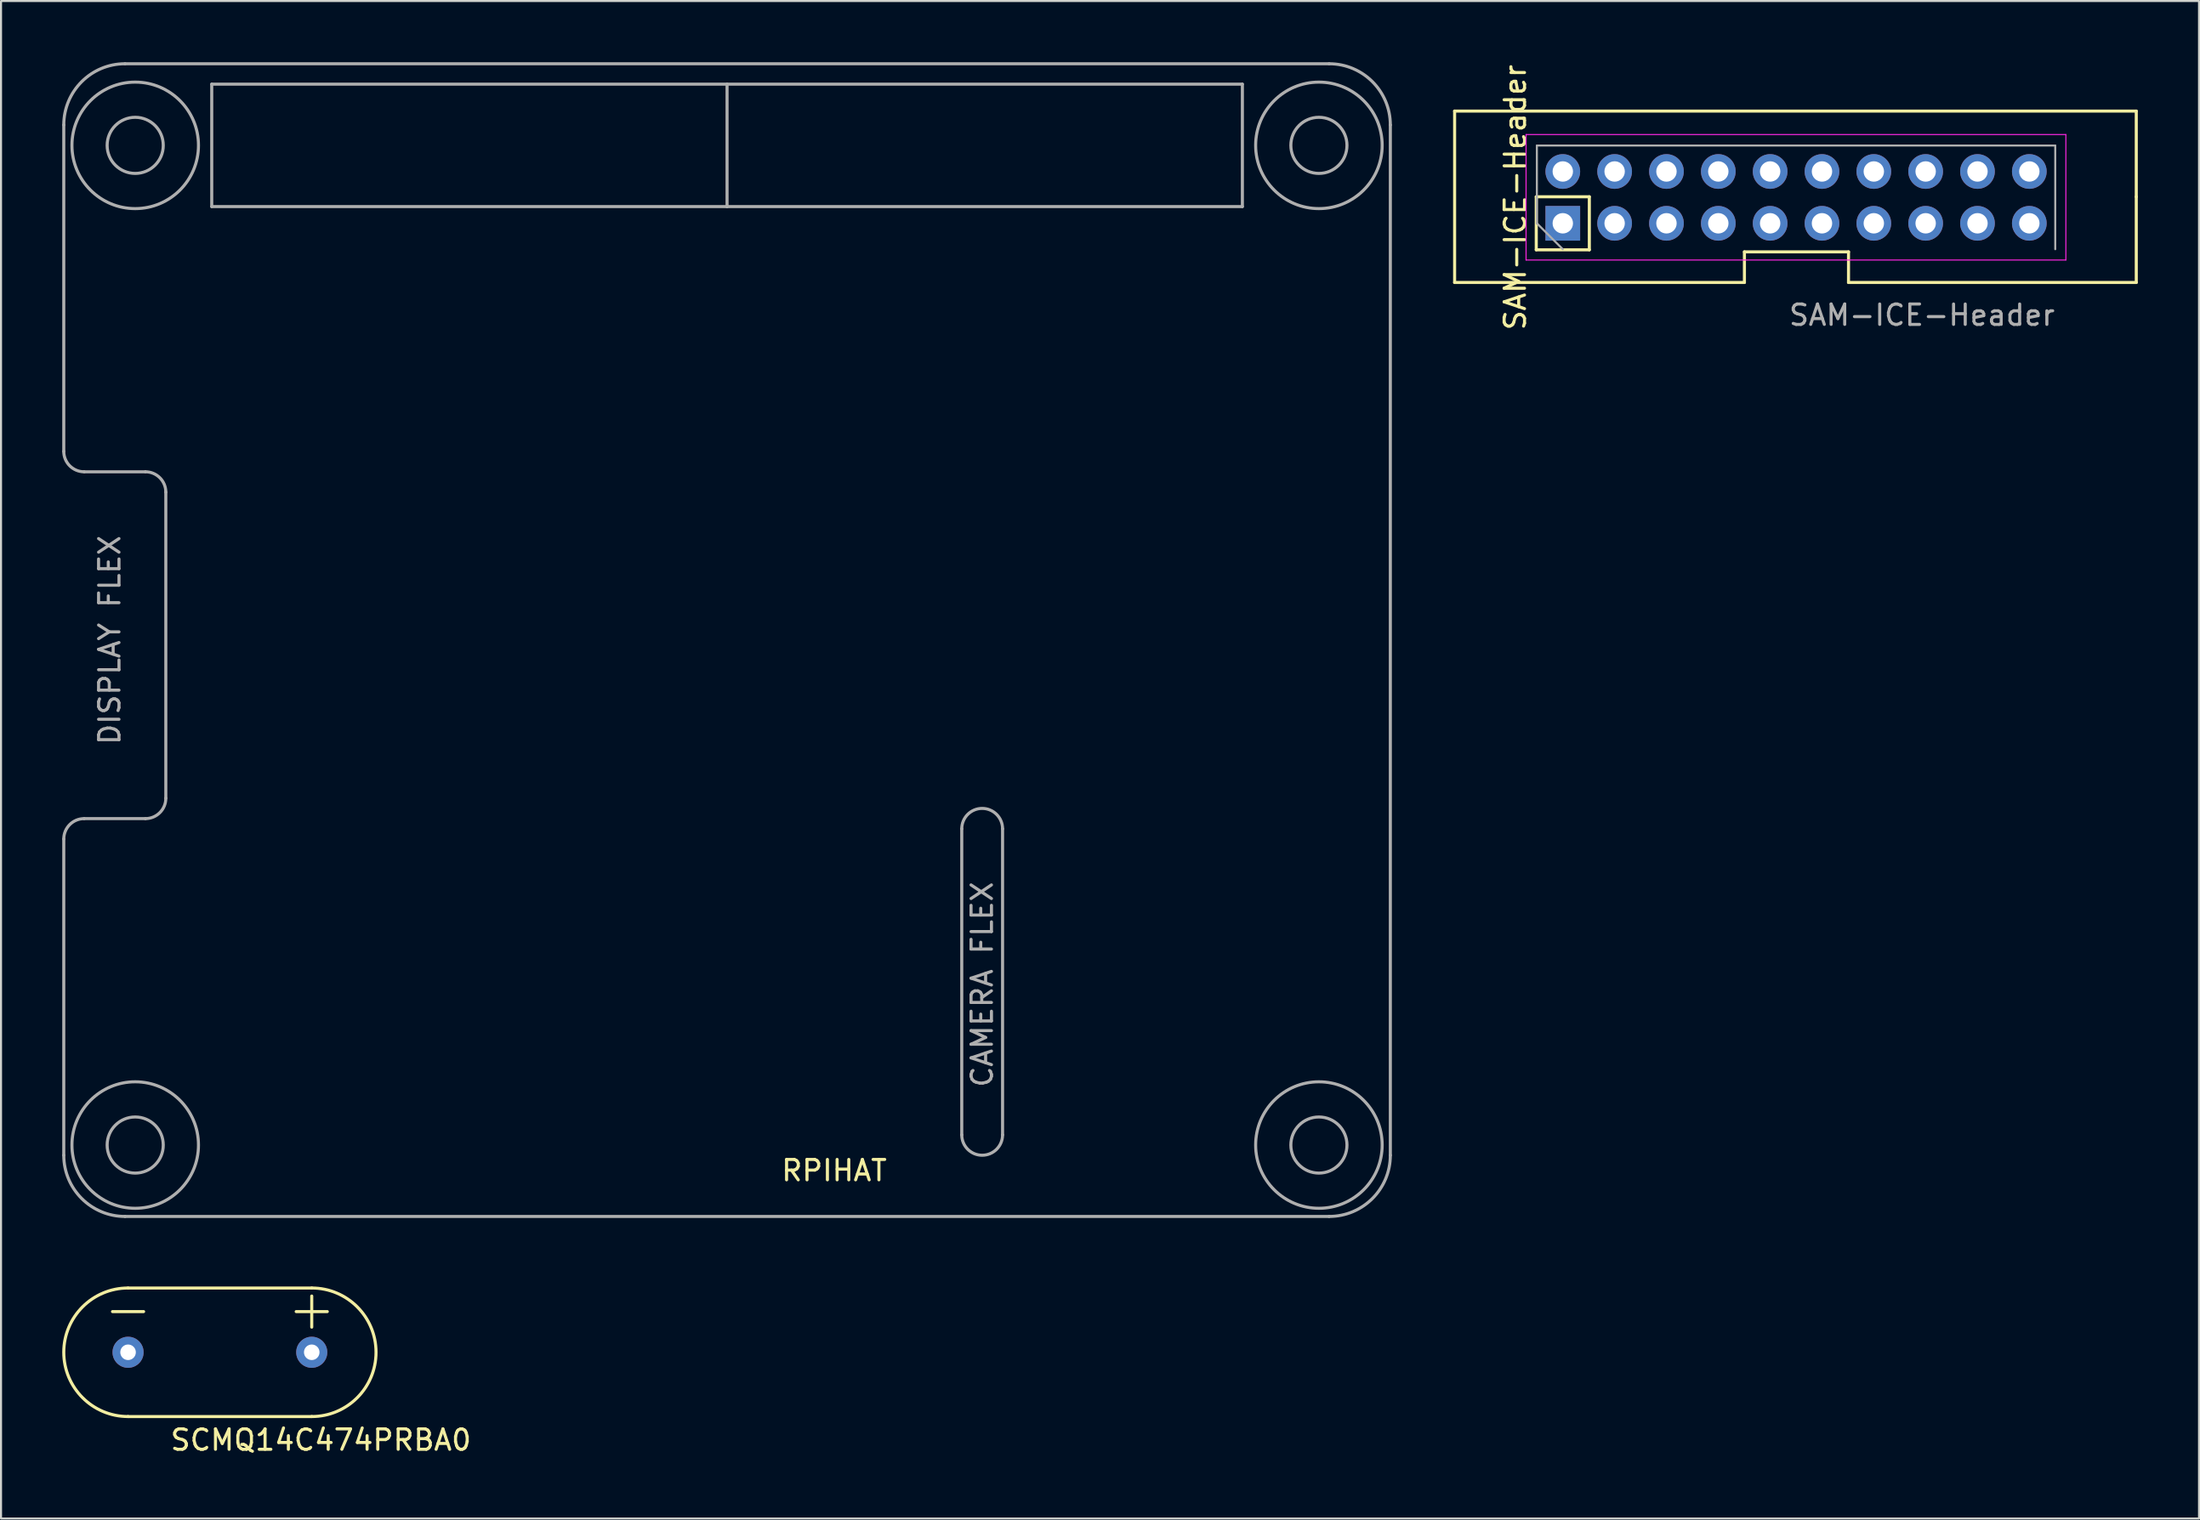
<source format=kicad_pcb>
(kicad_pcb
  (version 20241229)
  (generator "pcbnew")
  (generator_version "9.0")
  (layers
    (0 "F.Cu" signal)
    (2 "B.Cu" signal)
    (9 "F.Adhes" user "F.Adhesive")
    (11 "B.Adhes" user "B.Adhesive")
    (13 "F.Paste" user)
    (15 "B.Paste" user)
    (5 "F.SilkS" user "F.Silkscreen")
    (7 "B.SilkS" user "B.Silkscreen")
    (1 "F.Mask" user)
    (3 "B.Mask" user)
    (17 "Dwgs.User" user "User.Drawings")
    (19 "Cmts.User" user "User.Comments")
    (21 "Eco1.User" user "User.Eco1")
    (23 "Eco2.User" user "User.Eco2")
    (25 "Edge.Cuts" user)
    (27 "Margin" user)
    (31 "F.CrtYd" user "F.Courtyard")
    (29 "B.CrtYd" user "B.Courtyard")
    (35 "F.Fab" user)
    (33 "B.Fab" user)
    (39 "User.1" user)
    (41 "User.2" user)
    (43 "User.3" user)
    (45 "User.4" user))
  (footprint "RPIHAT"
    (layer "F.Cu")
    (at 32.575 28.325)
    (property "Reference" "RPIHAT" (at 5.25 26 0) (layer "F.SilkS") (effects (font (size 1 1) (thickness 0.15))))
    (attr through_hole)
    (fp_line (start -32.5 -9.25) (end -32.5 -25.25) (stroke (width 0.15) (type solid)) (layer "F.Fab"))
    (fp_line (start -32.5 25.25) (end -32.5 9.75) (stroke (width 0.15) (type solid)) (layer "F.Fab"))
    (fp_line (start -31.5 8.75) (end -28.5 8.75) (stroke (width 0.15) (type solid)) (layer "F.Fab"))
    (fp_line (start -28.5 -8.25) (end -31.5 -8.25) (stroke (width 0.15) (type solid)) (layer "F.Fab"))
    (fp_line (start -27.5 7.75) (end -27.5 -7.25) (stroke (width 0.15) (type solid)) (layer "F.Fab"))
    (fp_line (start -25.25 -27.25) (end 25.25 -27.25) (stroke (width 0.15) (type solid)) (layer "F.Fab"))
    (fp_line (start -25.25 -21.25) (end -25.25 -27.25) (stroke (width 0.15) (type solid)) (layer "F.Fab"))
    (fp_line (start 0 -27.25) (end 0 -21.25) (stroke (width 0.15) (type solid)) (layer "F.Fab"))
    (fp_line (start 0 -21.25) (end -25.25 -21.25) (stroke (width 0.15) (type solid)) (layer "F.Fab"))
    (fp_line (start 11.5 9.25) (end 11.5 24.25) (stroke (width 0.15) (type solid)) (layer "F.Fab"))
    (fp_line (start 13.5 9.25) (end 13.5 24.25) (stroke (width 0.15) (type solid)) (layer "F.Fab"))
    (fp_line (start 25.25 -27.25) (end 25.25 -21.25) (stroke (width 0.15) (type solid)) (layer "F.Fab"))
    (fp_line (start 25.25 -21.25) (end 0 -21.25) (stroke (width 0.15) (type solid)) (layer "F.Fab"))
    (fp_line (start 29.5 -28.25) (end -29.5 -28.25) (stroke (width 0.15) (type solid)) (layer "F.Fab"))
    (fp_line (start 29.5 28.25) (end -29.5 28.25) (stroke (width 0.15) (type solid)) (layer "F.Fab"))
    (fp_line (start 32.5 25.25) (end 32.5 -25.25) (stroke (width 0.15) (type solid)) (layer "F.Fab"))
    (fp_arc (start -32.5 -25.25) (mid -31.62132 -27.37132) (end -29.5 -28.25) (stroke (width 0.15) (type solid)) (layer "F.Fab"))
    (fp_arc (start -32.5 9.75) (mid -32.207107 9.042893) (end -31.5 8.75) (stroke (width 0.15) (type solid)) (layer "F.Fab"))
    (fp_arc (start -31.5 -8.25) (mid -32.207107 -8.542893) (end -32.5 -9.25) (stroke (width 0.15) (type solid)) (layer "F.Fab"))
    (fp_arc (start -29.5 28.25) (mid -31.62132 27.37132) (end -32.5 25.25) (stroke (width 0.15) (type solid)) (layer "F.Fab"))
    (fp_arc (start -28.5 -8.25) (mid -27.792893 -7.957107) (end -27.5 -7.25) (stroke (width 0.15) (type solid)) (layer "F.Fab"))
    (fp_arc (start -27.5 7.75) (mid -27.792893 8.457107) (end -28.5 8.75) (stroke (width 0.15) (type solid)) (layer "F.Fab"))
    (fp_arc (start 11.5 9.25) (mid 12.5 8.25) (end 13.5 9.25) (stroke (width 0.15) (type solid)) (layer "F.Fab"))
    (fp_arc (start 13.5 24.25) (mid 12.5 25.25) (end 11.5 24.25) (stroke (width 0.15) (type solid)) (layer "F.Fab"))
    (fp_arc (start 29.5 -28.25) (mid 31.62132 -27.37132) (end 32.5 -25.25) (stroke (width 0.15) (type solid)) (layer "F.Fab"))
    (fp_arc (start 32.5 25.25) (mid 31.62132 27.37132) (end 29.5 28.25) (stroke (width 0.15) (type solid)) (layer "F.Fab"))
    (fp_circle (center -29 -24.25) (end -27.625 -24.25) (stroke (width 0.15) (type solid)) (fill no) (layer "F.Fab"))
    (fp_circle (center -29 -24.25) (end -25.9 -24.25) (stroke (width 0.15) (type solid)) (fill no) (layer "F.Fab"))
    (fp_circle (center -29 24.75) (end -27.625 24.75) (stroke (width 0.15) (type solid)) (fill no) (layer "F.Fab"))
    (fp_circle (center -29 24.75) (end -25.9 24.75) (stroke (width 0.15) (type solid)) (fill no) (layer "F.Fab"))
    (fp_circle (center 29 -24.25) (end 30.375 -24.25) (stroke (width 0.15) (type solid)) (fill no) (layer "F.Fab"))
    (fp_circle (center 29 -24.25) (end 32.1 -24.25) (stroke (width 0.15) (type solid)) (fill no) (layer "F.Fab"))
    (fp_circle (center 29 24.75) (end 30.375 24.75) (stroke (width 0.15) (type solid)) (fill no) (layer "F.Fab"))
    (fp_circle (center 29 24.75) (end 32.1 24.75) (stroke (width 0.15) (type solid)) (fill no) (layer "F.Fab"))
    (fp_text user "DISPLAY FLEX" (at -30.25 0 90) (layer "F.Fab") (effects (font (size 1 1) (thickness 0.15))))
    (fp_text user "CAMERA FLEX " (at 12.5 16.5 90) (layer "F.Fab") (effects (font (size 1 1) (thickness 0.15)))))
  (footprint "SCMQ14C474PRBA0"
    (layer "F.Cu")
    (at 7.725 63.233)
    (property "Reference" "SCMQ14C474PRBA0" (at 4.95 4.3 0) (layer "F.SilkS") (effects (font (size 1 1) (thickness 0.15))))
    (attr through_hole)
    (fp_line (start 4.5 -3.15) (end -4.5 -3.15) (stroke (width 0.15) (type solid)) (layer "F.SilkS"))
    (fp_line (start 4.5 3.15) (end -4.5 3.15) (stroke (width 0.15) (type solid)) (layer "F.SilkS"))
    (fp_arc (start -4.5 3.15) (mid -7.65 0) (end -4.5 -3.15) (stroke (width 0.15) (type solid)) (layer "F.SilkS"))
    (fp_arc (start 4.5 -3.15) (mid 7.65 0) (end 4.5 3.15) (stroke (width 0.15) (type solid)) (layer "F.SilkS"))
    (fp_text user "-" (at -4.5 -2.15 0) (layer "F.SilkS") (effects (font (size 2 2) (thickness 0.15))))
    (fp_text user "+" (at 4.5 -2.15 0) (layer "F.SilkS") (effects (font (size 2 2) (thickness 0.15))))
    (pad "1" thru_hole circle (at 4.5 0) (size 1.524 1.524) (drill 0.762) (layers "*.Cu" "*.Mask"))
    (pad "2" thru_hole circle (at -4.5 0) (size 1.524 1.524) (drill 0.762) (layers "*.Cu" "*.Mask")))
  (footprint "SAM-ICE-Header"
    (layer "F.Cu")
    (at 84.925 6.595)
    (property "Reference" "SAM-ICE-Header" (at -13.73 0.03 90) (layer "F.SilkS") (effects (font (size 1 1) (thickness 0.15))))
    (attr through_hole)
    (fp_line (start -16.7 -4.2) (end 16.7 -4.2) (stroke (width 0.15) (type solid)) (layer "F.SilkS"))
    (fp_line (start -16.7 4.2) (end -16.7 -4.2) (stroke (width 0.15) (type solid)) (layer "F.SilkS"))
    (fp_line (start -12.7 0) (end -10.1 0) (stroke (width 0.15) (type solid)) (layer "F.SilkS"))
    (fp_line (start -12.7 2.6) (end -12.7 0) (stroke (width 0.15) (type solid)) (layer "F.SilkS"))
    (fp_line (start -10.1 0) (end -10.1 2.6) (stroke (width 0.15) (type solid)) (layer "F.SilkS"))
    (fp_line (start -10.1 2.6) (end -12.7 2.6) (stroke (width 0.15) (type solid)) (layer "F.SilkS"))
    (fp_line (start -2.5 2.7) (end -2.5 4.2) (stroke (width 0.15) (type solid)) (layer "F.SilkS"))
    (fp_line (start -2.5 2.7) (end 2.6 2.7) (stroke (width 0.15) (type solid)) (layer "F.SilkS"))
    (fp_line (start -2.5 4.2) (end -16.7 4.2) (stroke (width 0.15) (type solid)) (layer "F.SilkS"))
    (fp_line (start 2.6 2.7) (end 2.6 4.2) (stroke (width 0.15) (type solid)) (layer "F.SilkS"))
    (fp_line (start 16.7 -4.2) (end 16.7 0) (stroke (width 0.15) (type solid)) (layer "F.SilkS"))
    (fp_line (start 16.7 0) (end 16.7 4.2) (stroke (width 0.15) (type solid)) (layer "F.SilkS"))
    (fp_line (start 16.7 4.2) (end 2.6 4.2) (stroke (width 0.15) (type solid)) (layer "F.SilkS"))
    (fp_line (start -13.2 -3.05) (end -13.2 3.1) (stroke (width 0.05) (type solid)) (layer "F.CrtYd"))
    (fp_line (start -13.2 3.1) (end 13.25 3.1) (stroke (width 0.05) (type solid)) (layer "F.CrtYd"))
    (fp_line (start 13.25 -3.05) (end -13.2 -3.05) (stroke (width 0.05) (type solid)) (layer "F.CrtYd"))
    (fp_line (start 13.25 3.1) (end 13.25 -3.05) (stroke (width 0.05) (type solid)) (layer "F.CrtYd"))
    (fp_line (start -12.67 -2.51) (end 12.73 -2.51) (stroke (width 0.1) (type solid)) (layer "F.Fab"))
    (fp_line (start -12.67 1.3) (end -12.67 -2.51) (stroke (width 0.1) (type solid)) (layer "F.Fab"))
    (fp_line (start -11.4 2.57) (end -12.67 1.3) (stroke (width 0.1) (type solid)) (layer "F.Fab"))
    (fp_line (start 12.73 -2.51) (end 12.73 2.57) (stroke (width 0.1) (type solid)) (layer "F.Fab"))
    (fp_text user "${REFERENCE}" (at 6.2 5.8 180) (layer "F.Fab") (effects (font (size 1 1) (thickness 0.15))))
    (pad "1" thru_hole rect (at -11.4 1.3 90) (size 1.7 1.7) (drill 1) (layers "*.Cu" "*.Mask"))
    (pad "2" thru_hole oval (at -11.4 -1.24 90) (size 1.7 1.7) (drill 1) (layers "*.Cu" "*.Mask"))
    (pad "3" thru_hole oval (at -8.86 1.3 90) (size 1.7 1.7) (drill 1) (layers "*.Cu" "*.Mask"))
    (pad "4" thru_hole oval (at -8.86 -1.24 90) (size 1.7 1.7) (drill 1) (layers "*.Cu" "*.Mask"))
    (pad "5" thru_hole oval (at -6.32 1.3 90) (size 1.7 1.7) (drill 1) (layers "*.Cu" "*.Mask"))
    (pad "6" thru_hole oval (at -6.32 -1.24 90) (size 1.7 1.7) (drill 1) (layers "*.Cu" "*.Mask"))
    (pad "7" thru_hole oval (at -3.78 1.3 90) (size 1.7 1.7) (drill 1) (layers "*.Cu" "*.Mask"))
    (pad "8" thru_hole oval (at -3.78 -1.24 90) (size 1.7 1.7) (drill 1) (layers "*.Cu" "*.Mask"))
    (pad "9" thru_hole oval (at -1.24 1.3 90) (size 1.7 1.7) (drill 1) (layers "*.Cu" "*.Mask"))
    (pad "10" thru_hole oval (at -1.24 -1.24 90) (size 1.7 1.7) (drill 1) (layers "*.Cu" "*.Mask"))
    (pad "11" thru_hole oval (at 1.3 1.3 90) (size 1.7 1.7) (drill 1) (layers "*.Cu" "*.Mask"))
    (pad "12" thru_hole oval (at 1.3 -1.24 90) (size 1.7 1.7) (drill 1) (layers "*.Cu" "*.Mask"))
    (pad "13" thru_hole oval (at 3.84 1.3 90) (size 1.7 1.7) (drill 1) (layers "*.Cu" "*.Mask"))
    (pad "14" thru_hole oval (at 3.84 -1.24 90) (size 1.7 1.7) (drill 1) (layers "*.Cu" "*.Mask"))
    (pad "15" thru_hole oval (at 6.38 1.3 90) (size 1.7 1.7) (drill 1) (layers "*.Cu" "*.Mask"))
    (pad "16" thru_hole oval (at 6.38 -1.24 90) (size 1.7 1.7) (drill 1) (layers "*.Cu" "*.Mask"))
    (pad "17" thru_hole oval (at 8.92 1.3 90) (size 1.7 1.7) (drill 1) (layers "*.Cu" "*.Mask"))
    (pad "18" thru_hole oval (at 8.92 -1.24 90) (size 1.7 1.7) (drill 1) (layers "*.Cu" "*.Mask"))
    (pad "19" thru_hole oval (at 11.46 1.3 90) (size 1.7 1.7) (drill 1) (layers "*.Cu" "*.Mask"))
    (pad "20" thru_hole oval (at 11.46 -1.24 90) (size 1.7 1.7) (drill 1) (layers "*.Cu" "*.Mask")))
  (gr_rect
    (start -3 -3)
    (end 104.7 71.382)
    (stroke (width 0.1) (type default))
    (fill no)
    (layer "Edge.Cuts")))
</source>
